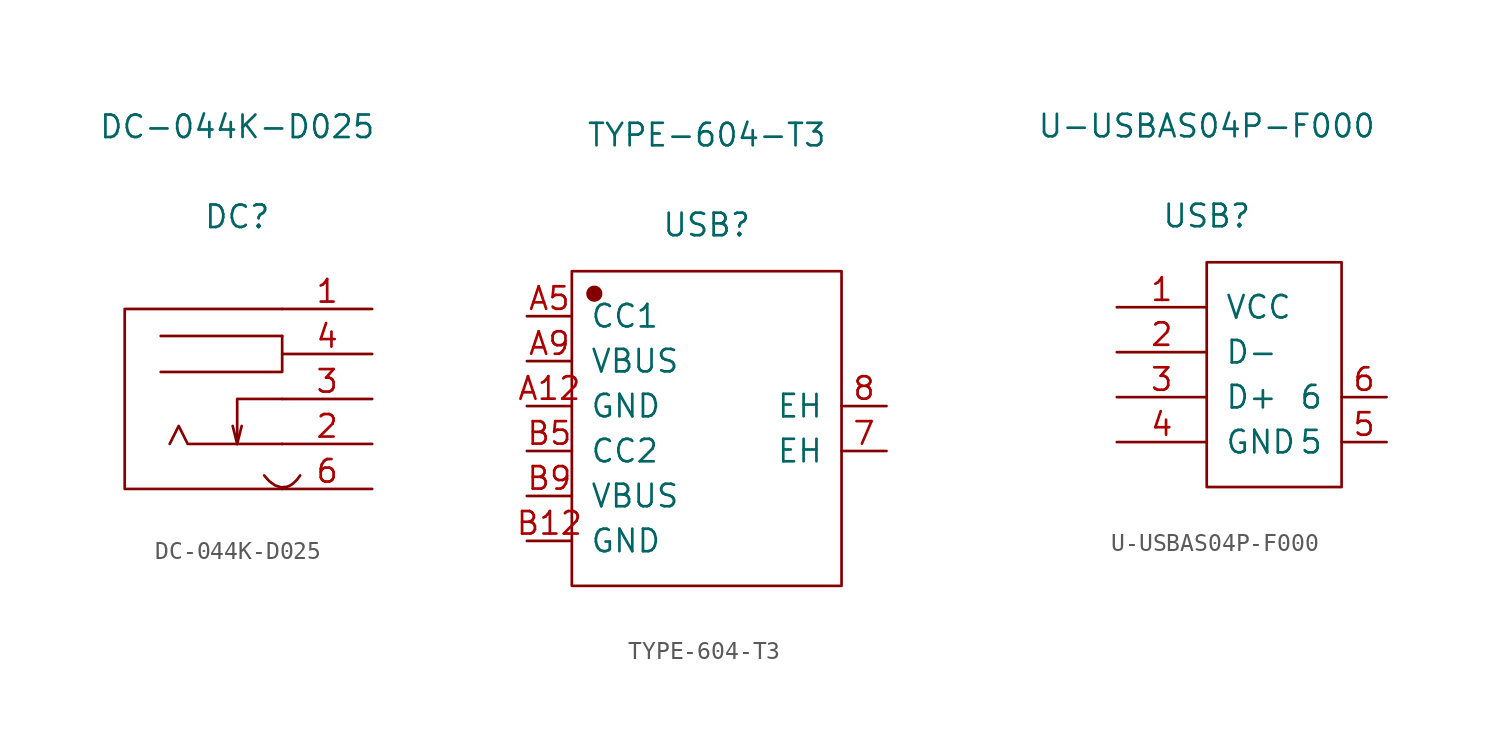
<source format=kicad_sym>
(kicad_symbol_lib
  (version 20211014)
  (generator kicad_symbol_editor)
  (symbol "DC-044K-D025"
    (pin_names
      (offset 1.016) hide)
    (property "Reference" "DC"
      (at 0 10.287 0)
      (effects (font (size 1.27 1.27))))
    (property "Value" "DC-044K-D025"
      (at 0 15.367 0)
      (effects (font (size 1.27 1.27))))
    (symbol "DC-044K-D025_1_1"
      (polyline (pts (xy 0 -2.54) (xy -0.254 -1.524)) (stroke (width 0.152) (type default) (color 0 0 0 0)) (fill (type none)))
      (polyline (pts (xy 0 -2.54) (xy 0.254 -1.524)) (stroke (width 0.152) (type default) (color 0 0 0 0)) (fill (type none)))
      (polyline (pts (xy 2.54 3.556) (xy -4.318 3.556)) (stroke (width 0.152) (type default) (color 0 0 0 0)) (fill (type none)))
      (polyline (pts (xy 2.54 0) (xy 0 0) (xy 0 -2.54)) (stroke (width 0.152) (type default) (color 0 0 0 0)) (fill (type none)))
      (polyline (pts (xy 2.54 3.556) (xy 2.54 1.524) (xy -4.318 1.524)) (stroke (width 0.152) (type default) (color 0 0 0 0)) (fill (type none)))
      (polyline (pts (xy 2.54 -2.54) (xy -2.794 -2.54) (xy -3.302 -1.524) (xy -3.81 -2.54)) (stroke (width 0.152) (type default) (color 0 0 0 0)) (fill (type none)))
      (polyline (pts (xy 2.54 5.08) (xy -6.35 5.08) (xy -6.35 -5.08) (xy 2.54 -5.08)) (stroke (width 0.152) (type default) (color 0 0 0 0)) (fill (type none)))
      (bezier (pts (xy 3.556 -4.318) (xy 2.54 -5.842) (xy 1.524 -4.318) (xy 1.524 -4.318)) (stroke (width 0.152) (type default) (color 0 0 0 0)) (fill (type none)))
      (pin input line (at 7.62 5.08 180) (length 5.08) (name "1" (effects (font (size 1.27 1.27)))) (number "1" (effects (font (size 1.27 1.27)))))
      (pin input line (at 7.62 -2.54 180) (length 5.08) (name "2" (effects (font (size 1.27 1.27)))) (number "2" (effects (font (size 1.27 1.27)))))
      (pin input line (at 7.62 0 180) (length 5.08) (name "3" (effects (font (size 1.27 1.27)))) (number "3" (effects (font (size 1.27 1.27)))))
      (pin input line (at 7.62 2.54 180) (length 5.08) (name "4" (effects (font (size 1.27 1.27)))) (number "4" (effects (font (size 1.27 1.27)))))
      (pin input line (at 7.62 -5.08 180) (length 5.08) (name "6" (effects (font (size 1.27 1.27)))) (number "6" (effects (font (size 1.27 1.27)))))))
  (symbol "TYPE-604-T3"
    (pin_names
      (offset 1.016))
    (property "Reference" "USB"
      (at 0 10.236 0)
      (effects (font (size 1.27 1.27))))
    (property "Value" "TYPE-604-T3"
      (at 0 15.316 0)
      (effects (font (size 1.27 1.27))))
    (symbol "TYPE-604-T3_1_1"
      (rectangle (start -7.62 7.62) (end 7.62 -10.16) (stroke (width 0.152) (type default) (color 0 0 0 0)) (fill (type none)))
      (circle (center -6.35 6.35) (radius 0.381) (stroke (width 0.152) (type default) (color 0 0 0 0)) (fill (type outline)))
      (pin input line (at 10.16 -2.54 180) (length 2.54) (name "EH" (effects (font (size 1.27 1.27)))) (number "7" (effects (font (size 1.27 1.27)))))
      (pin input line (at 10.16 0 180) (length 2.54) (name "EH" (effects (font (size 1.27 1.27)))) (number "8" (effects (font (size 1.27 1.27)))))
      (pin input line (at -10.16 0 0) (length 2.54) (name "GND" (effects (font (size 1.27 1.27)))) (number "A12" (effects (font (size 1.27 1.27)))))
      (pin input line (at -10.16 5.08 0) (length 2.54) (name "CC1" (effects (font (size 1.27 1.27)))) (number "A5" (effects (font (size 1.27 1.27)))))
      (pin input line (at -10.16 2.54 0) (length 2.54) (name "VBUS" (effects (font (size 1.27 1.27)))) (number "A9" (effects (font (size 1.27 1.27)))))
      (pin input line (at -10.16 -7.62 0) (length 2.54) (name "GND" (effects (font (size 1.27 1.27)))) (number "B12" (effects (font (size 1.27 1.27)))))
      (pin input line (at -10.16 -2.54 0) (length 2.54) (name "CC2" (effects (font (size 1.27 1.27)))) (number "B5" (effects (font (size 1.27 1.27)))))
      (pin input line (at -10.16 -5.08 0) (length 2.54) (name "VBUS" (effects (font (size 1.27 1.27)))) (number "B9" (effects (font (size 1.27 1.27)))))))
  (symbol "U-USBAS04P-F000"
    (pin_names
      (offset 1.016))
    (property "Reference" "USB"
      (at 0 10.236 0)
      (effects (font (size 1.27 1.27))))
    (property "Value" "U-USBAS04P-F000"
      (at 0 15.316 0)
      (effects (font (size 1.27 1.27))))
    (symbol "U-USBAS04P-F000_1_1"
      (rectangle (start 0 7.62) (end 7.62 -5.08) (stroke (width 0.152) (type default) (color 0 0 0 0)) (fill (type none)))
      (pin input line (at -5.08 5.08 0) (length 5.08) (name "VCC" (effects (font (size 1.27 1.27)))) (number "1" (effects (font (size 1.27 1.27)))))
      (pin input line (at -5.08 2.54 0) (length 5.08) (name "D-" (effects (font (size 1.27 1.27)))) (number "2" (effects (font (size 1.27 1.27)))))
      (pin input line (at -5.08 0 0) (length 5.08) (name "D+" (effects (font (size 1.27 1.27)))) (number "3" (effects (font (size 1.27 1.27)))))
      (pin input line (at -5.08 -2.54 0) (length 5.08) (name "GND" (effects (font (size 1.27 1.27)))) (number "4" (effects (font (size 1.27 1.27)))))
      (pin input line (at 10.16 -2.54 180) (length 2.54) (name "5" (effects (font (size 1.27 1.27)))) (number "5" (effects (font (size 1.27 1.27)))))
      (pin input line (at 10.16 0 180) (length 2.54) (name "6" (effects (font (size 1.27 1.27)))) (number "6" (effects (font (size 1.27 1.27))))))))
</source>
